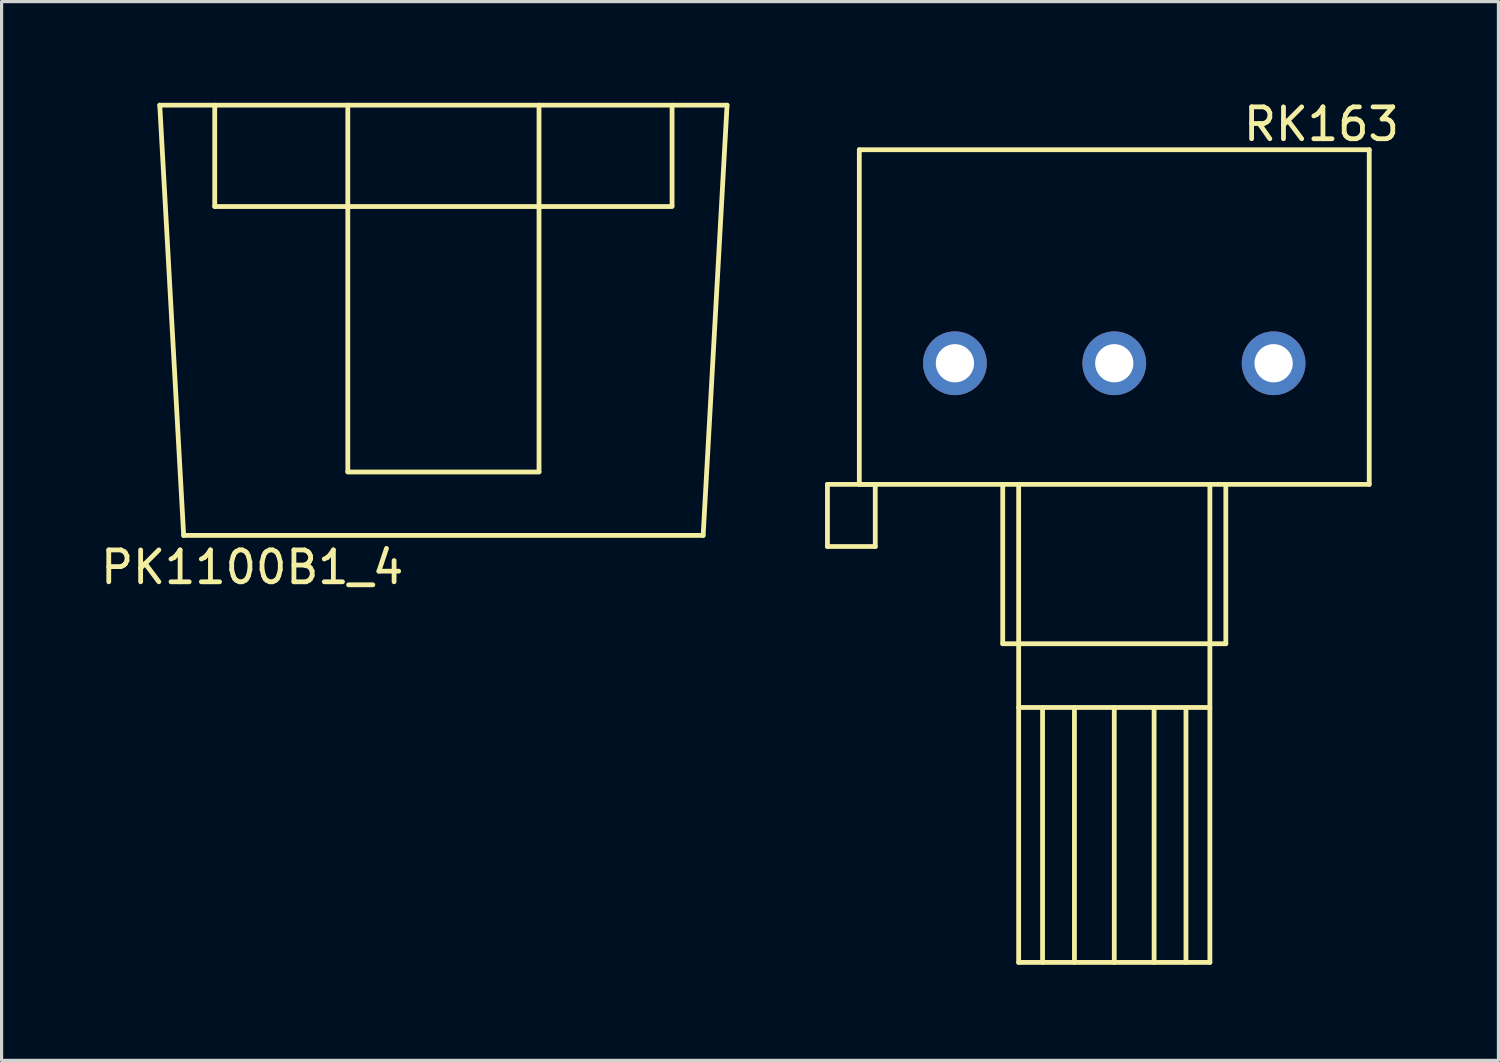
<source format=kicad_pcb>
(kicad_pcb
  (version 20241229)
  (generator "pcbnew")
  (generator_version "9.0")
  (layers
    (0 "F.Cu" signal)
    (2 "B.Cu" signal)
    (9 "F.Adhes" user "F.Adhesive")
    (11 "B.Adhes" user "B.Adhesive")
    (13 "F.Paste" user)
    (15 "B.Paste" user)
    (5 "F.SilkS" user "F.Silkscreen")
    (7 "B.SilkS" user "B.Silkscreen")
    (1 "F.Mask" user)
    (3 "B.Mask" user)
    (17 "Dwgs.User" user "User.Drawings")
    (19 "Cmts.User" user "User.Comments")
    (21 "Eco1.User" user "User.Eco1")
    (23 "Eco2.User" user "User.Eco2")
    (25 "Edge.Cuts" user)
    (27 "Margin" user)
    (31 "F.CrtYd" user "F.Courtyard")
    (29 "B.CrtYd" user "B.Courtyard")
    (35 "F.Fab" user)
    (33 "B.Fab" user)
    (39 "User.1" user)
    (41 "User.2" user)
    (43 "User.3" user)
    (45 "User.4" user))
  (footprint "RK163"
    (layer "F.Cu")
    (at 31.913 8.348)
    (property "Reference" "RK163" (at 6.5 -7.5 0) (layer "F.SilkS") (effects (font (size 1 1) (thickness 0.15))))
    (attr through_hole)
    (fp_line (start -9 3.8) (end -9 5.75) (stroke (width 0.15) (type solid)) (layer "F.SilkS"))
    (fp_line (start -9 5.75) (end -7.5 5.75) (stroke (width 0.15) (type solid)) (layer "F.SilkS"))
    (fp_line (start -8 -6.7) (end -8 3.8) (stroke (width 0.15) (type solid)) (layer "F.SilkS"))
    (fp_line (start -8 -6.7) (end 8 -6.7) (stroke (width 0.15) (type solid)) (layer "F.SilkS"))
    (fp_line (start -8 3.8) (end 8 3.8) (stroke (width 0.15) (type solid)) (layer "F.SilkS"))
    (fp_line (start -7.5 3.8) (end -9 3.8) (stroke (width 0.15) (type solid)) (layer "F.SilkS"))
    (fp_line (start -7.5 5.75) (end -7.5 3.8) (stroke (width 0.15) (type solid)) (layer "F.SilkS"))
    (fp_line (start -3.5 8.8) (end -3.5 3.8) (stroke (width 0.15) (type solid)) (layer "F.SilkS"))
    (fp_line (start -3 3.8) (end -3 18.8) (stroke (width 0.15) (type solid)) (layer "F.SilkS"))
    (fp_line (start -3 10.8) (end 3 10.8) (stroke (width 0.15) (type solid)) (layer "F.SilkS"))
    (fp_line (start -3 18.8) (end 3 18.8) (stroke (width 0.15) (type solid)) (layer "F.SilkS"))
    (fp_line (start -2.25 10.8) (end -2.25 18.8) (stroke (width 0.15) (type solid)) (layer "F.SilkS"))
    (fp_line (start -1.25 10.8) (end -1.25 18.8) (stroke (width 0.15) (type solid)) (layer "F.SilkS"))
    (fp_line (start 0 10.8) (end 0 18.8) (stroke (width 0.15) (type solid)) (layer "F.SilkS"))
    (fp_line (start 1.25 10.8) (end 1.25 18.8) (stroke (width 0.15) (type solid)) (layer "F.SilkS"))
    (fp_line (start 2.25 10.8) (end 2.25 18.8) (stroke (width 0.15) (type solid)) (layer "F.SilkS"))
    (fp_line (start 3 3.8) (end 3 18.8) (stroke (width 0.15) (type solid)) (layer "F.SilkS"))
    (fp_line (start 3.5 3.8) (end 3.5 8.8) (stroke (width 0.15) (type solid)) (layer "F.SilkS"))
    (fp_line (start 3.5 8.8) (end -3.5 8.8) (stroke (width 0.15) (type solid)) (layer "F.SilkS"))
    (fp_line (start 8 -6.7) (end 8 3.8) (stroke (width 0.15) (type solid)) (layer "F.SilkS"))
    (pad "1" thru_hole circle (at -5 0) (size 2 2) (drill 1.2) (layers "*.Cu" "*.Mask"))
    (pad "2" thru_hole circle (at 0 0) (size 2 2) (drill 1.2) (layers "*.Cu" "*.Mask"))
    (pad "3" thru_hole circle (at 5 0) (size 2 2) (drill 1.2) (layers "*.Cu" "*.Mask")))
  (footprint "PK1100B1_4"
    (layer "F.Cu")
    (at 10.863 0.25)
    (property "Reference" "PK1100B1_4" (at -6 14.5 0) (layer "F.SilkS") (effects (font (size 1 1) (thickness 0.15))))
    (attr through_hole)
    (fp_line (start -8.9 0) (end 8.9 0) (stroke (width 0.15) (type solid)) (layer "F.SilkS"))
    (fp_line (start -8.15 13.5) (end -8.9 0) (stroke (width 0.15) (type solid)) (layer "F.SilkS"))
    (fp_line (start -8.15 13.5) (end 8.15 13.5) (stroke (width 0.15) (type solid)) (layer "F.SilkS"))
    (fp_line (start -7.175 3.18) (end -7.175 0) (stroke (width 0.15) (type solid)) (layer "F.SilkS"))
    (fp_line (start -3 11.5) (end -3 0) (stroke (width 0.15) (type solid)) (layer "F.SilkS"))
    (fp_line (start -3 11.51) (end 3 11.51) (stroke (width 0.15) (type solid)) (layer "F.SilkS"))
    (fp_line (start 3 11.5) (end 3 0) (stroke (width 0.15) (type solid)) (layer "F.SilkS"))
    (fp_line (start 7.175 3.15) (end 7.175 0) (stroke (width 0.15) (type solid)) (layer "F.SilkS"))
    (fp_line (start 7.175 3.18) (end -7.175 3.18) (stroke (width 0.15) (type solid)) (layer "F.SilkS"))
    (fp_line (start 8.15 13.5) (end 8.9 0) (stroke (width 0.15) (type solid)) (layer "F.SilkS")))
  (gr_rect
    (start -3 -3)
    (end 43.967 30.223)
    (stroke (width 0.1) (type default))
    (fill no)
    (layer "Edge.Cuts")))
</source>
